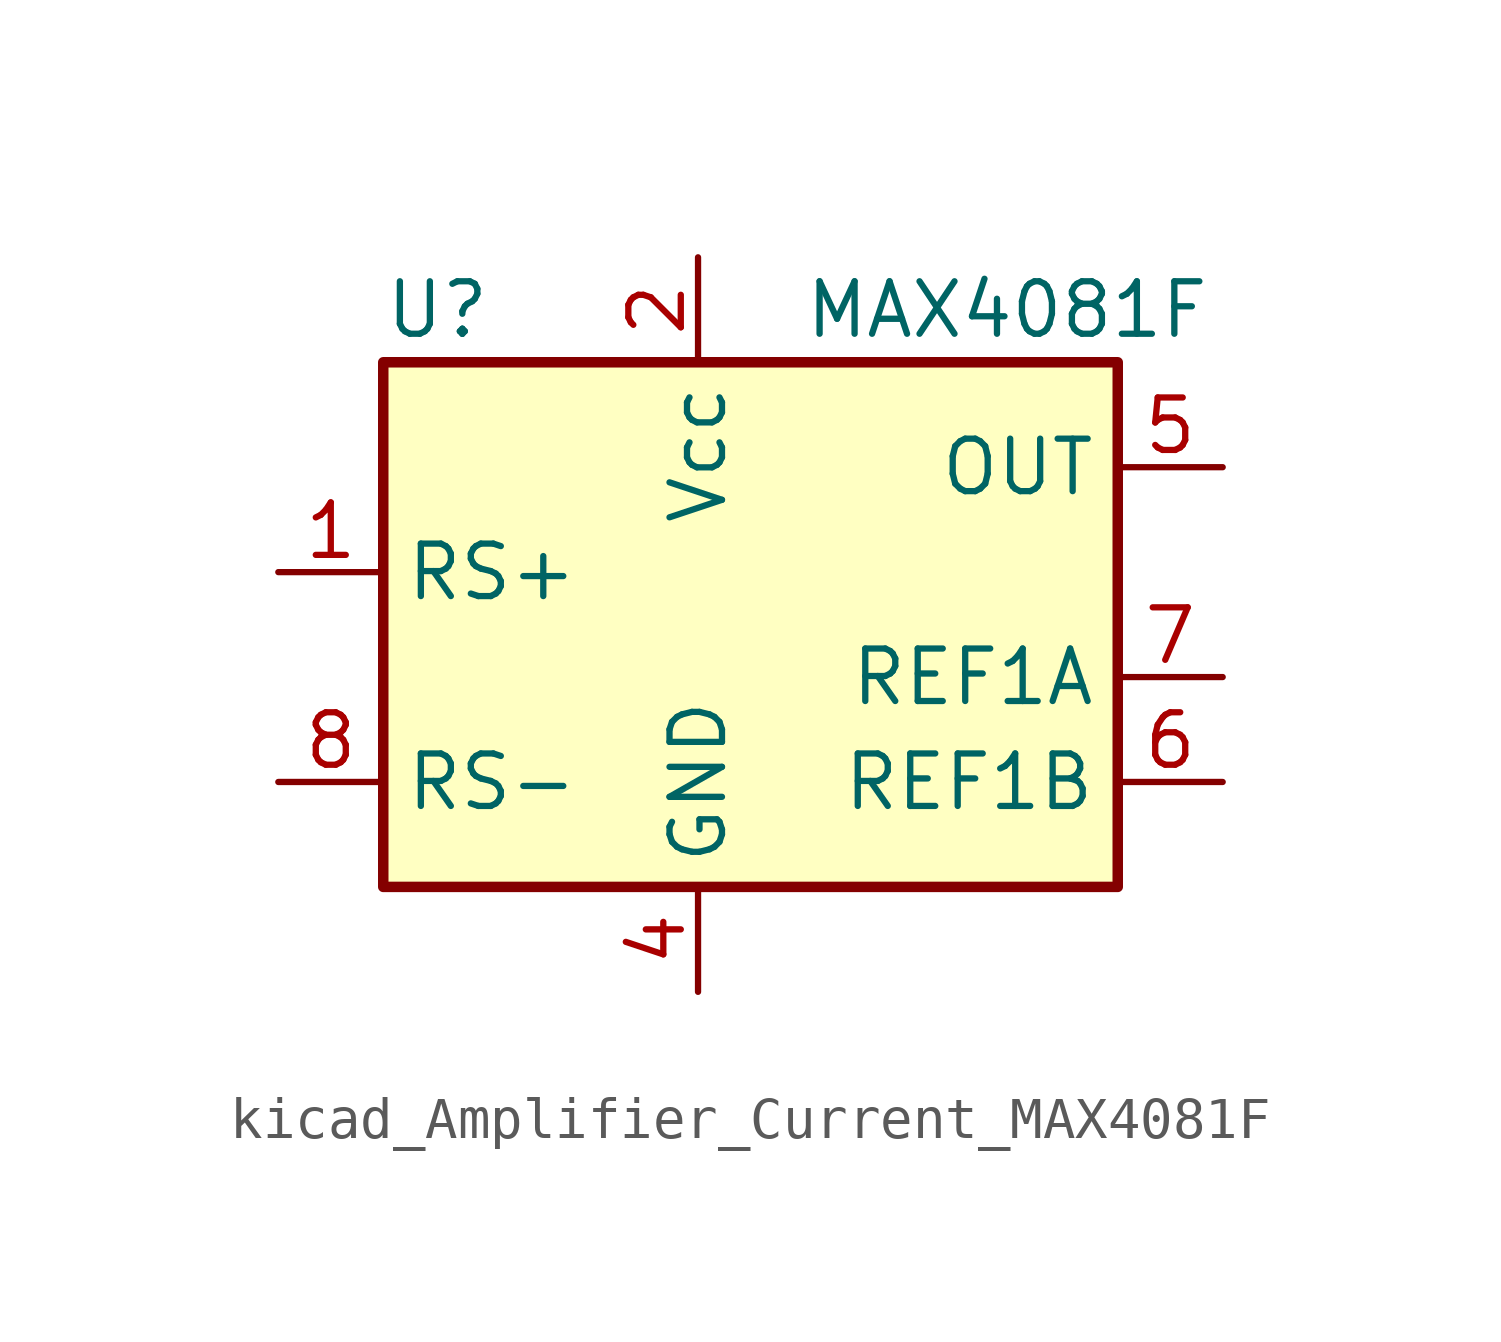
<source format=kicad_sym>
(kicad_symbol_lib
  (version 20220914)
  (generator kicad_symbol_editor)
  (symbol "kicad_Amplifier_Current_MAX4081F"
    (property "Reference" "U"
      (at -7.62 8.89 0)
      (effects (font (size 1.27 1.27)) (justify left)))
    (property "Value" "MAX4081F"
      (at 2.54 8.89 0)
      (effects (font (size 1.27 1.27)) (justify left)))
    (symbol "kicad_Amplifier_Current_MAX4081F_0_1"
      (rectangle (start -7.62 7.62) (end 10.16 -5.08) (stroke (width 0.254) (type default)) (fill (type background))))
    (symbol "kicad_Amplifier_Current_MAX4081F_1_1"
      (pin input line (at -10.16 2.54 0) (length 2.54) (name "RS+" (effects (font (size 1.27 1.27)))) (number "1" (effects (font (size 1.27 1.27)))))
      (pin power_in line (at 0 10.16 270) (length 2.54) (name "Vcc" (effects (font (size 1.27 1.27)))) (number "2" (effects (font (size 1.27 1.27)))))
      (pin no_connect line (at 10.16 2.54 180) (length 2.54) hide (name "NC" (effects (font (size 1.27 1.27)))) (number "3" (effects (font (size 1.27 1.27)))))
      (pin power_in line (at 0 -7.62 90) (length 2.54) (name "GND" (effects (font (size 1.27 1.27)))) (number "4" (effects (font (size 1.27 1.27)))))
      (pin input line (at 12.7 5.08 180) (length 2.54) (name "OUT" (effects (font (size 1.27 1.27)))) (number "5" (effects (font (size 1.27 1.27)))))
      (pin input line (at 12.7 -2.54 180) (length 2.54) (name "REF1B" (effects (font (size 1.27 1.27)))) (number "6" (effects (font (size 1.27 1.27)))))
      (pin input line (at 12.7 0 180) (length 2.54) (name "REF1A" (effects (font (size 1.27 1.27)))) (number "7" (effects (font (size 1.27 1.27)))))
      (pin input line (at -10.16 -2.54 0) (length 2.54) (name "RS-" (effects (font (size 1.27 1.27)))) (number "8" (effects (font (size 1.27 1.27))))))))
</source>
